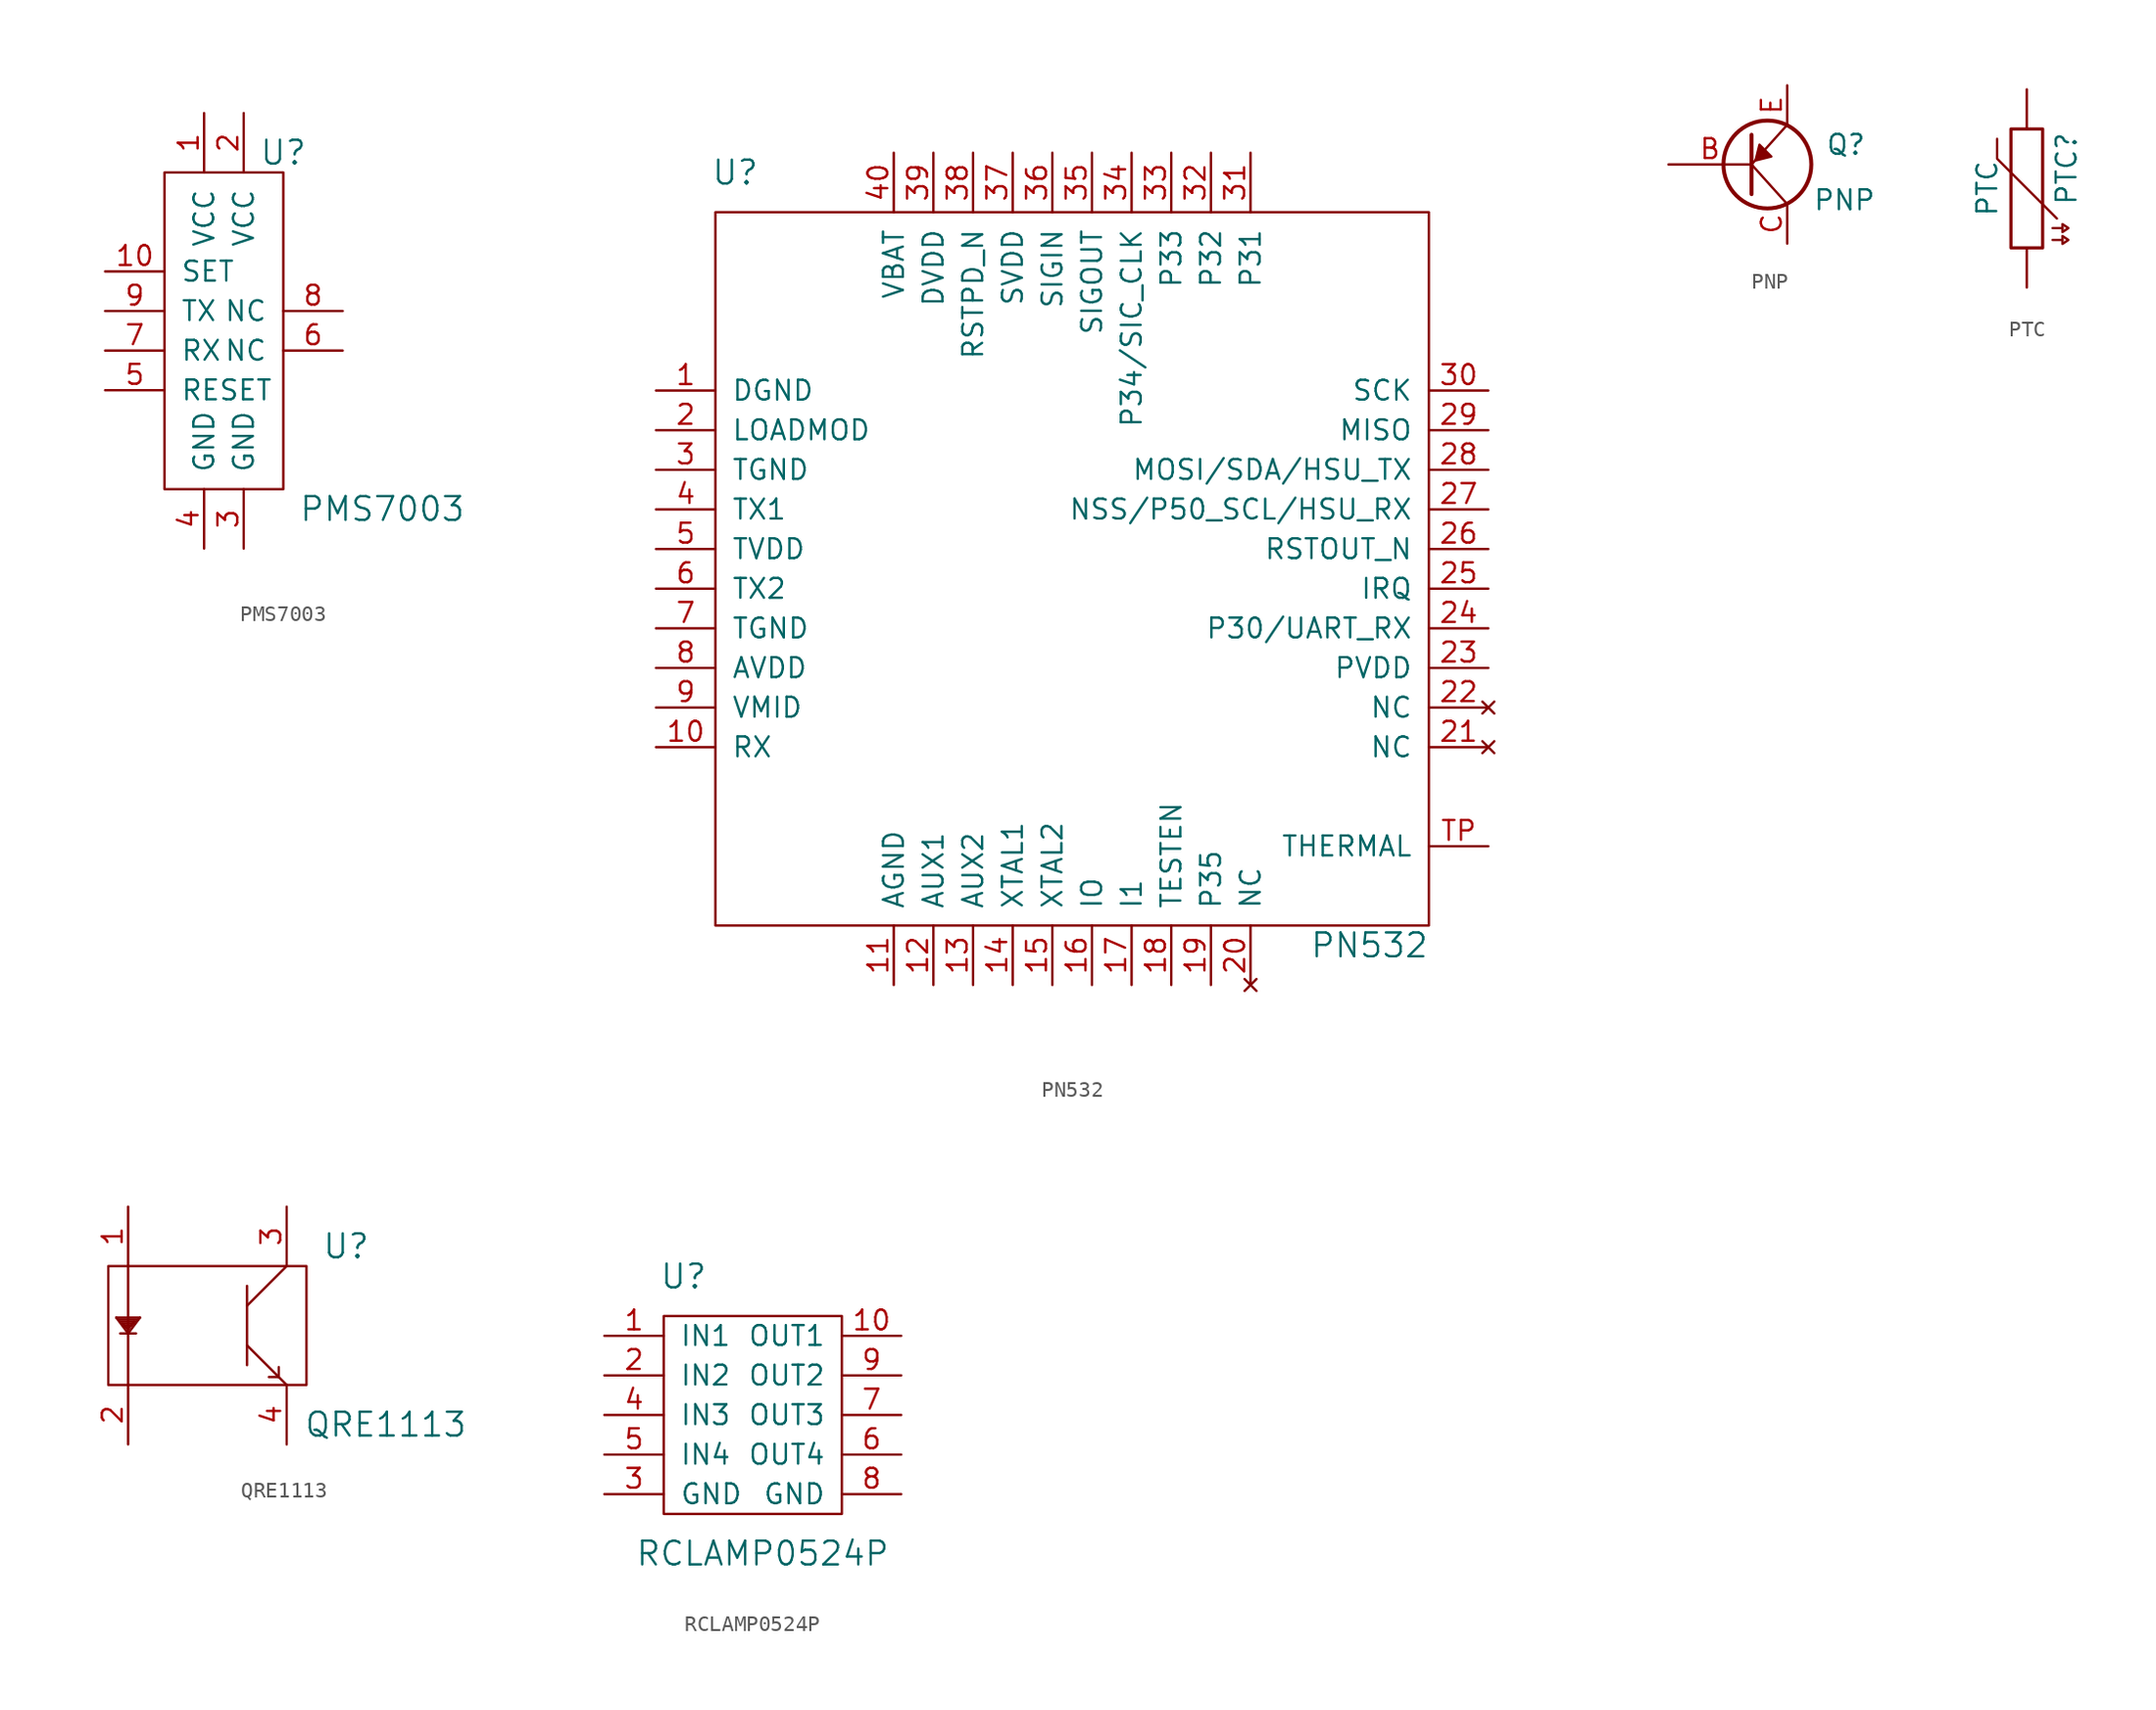
<source format=kicad_sym>
(kicad_symbol_lib
  (version 20211014)
  (generator kicad_symbol_editor)
  (symbol "PMS7003"
    (pin_names
      (offset 1.016))
    (property "Reference" "U"
      (at 3.81 11.43 0)
      (effects (font (size 1.524 1.524))))
    (property "Value" "PMS7003"
      (at 10.16 -11.43 0)
      (effects (font (size 1.524 1.524))))
    (property "Footprint" ""
      (at 0 0 0)
      (effects (font (size 1.524 1.524))))
    (property "Datasheet" ""
      (at 0 0 0)
      (effects (font (size 1.524 1.524))))
    (symbol "PMS7003_0_1"
      (rectangle (start -3.81 10.16) (end 3.81 -10.16) (stroke (width 0) (type default) (color 0 0 0 0)) (fill (type none))))
    (symbol "PMS7003_1_1"
      (pin passive line (at -1.27 13.97 270) (length 3.81) (name "VCC" (effects (font (size 1.27 1.27)))) (number "1" (effects (font (size 1.27 1.27)))))
      (pin passive line (at -7.62 3.81 0) (length 3.81) (name "SET" (effects (font (size 1.27 1.27)))) (number "10" (effects (font (size 1.27 1.27)))))
      (pin passive line (at 1.27 13.97 270) (length 3.81) (name "VCC" (effects (font (size 1.27 1.27)))) (number "2" (effects (font (size 1.27 1.27)))))
      (pin passive line (at 1.27 -13.97 90) (length 3.81) (name "GND" (effects (font (size 1.27 1.27)))) (number "3" (effects (font (size 1.27 1.27)))))
      (pin passive line (at -1.27 -13.97 90) (length 3.81) (name "GND" (effects (font (size 1.27 1.27)))) (number "4" (effects (font (size 1.27 1.27)))))
      (pin passive line (at -7.62 -3.81 0) (length 3.81) (name "RESET" (effects (font (size 1.27 1.27)))) (number "5" (effects (font (size 1.27 1.27)))))
      (pin passive line (at 7.62 -1.27 180) (length 3.81) (name "NC" (effects (font (size 1.27 1.27)))) (number "6" (effects (font (size 1.27 1.27)))))
      (pin passive line (at -7.62 -1.27 0) (length 3.81) (name "RX" (effects (font (size 1.27 1.27)))) (number "7" (effects (font (size 1.27 1.27)))))
      (pin passive line (at 7.62 1.27 180) (length 3.81) (name "NC" (effects (font (size 1.27 1.27)))) (number "8" (effects (font (size 1.27 1.27)))))
      (pin passive line (at -7.62 1.27 0) (length 3.81) (name "TX" (effects (font (size 1.27 1.27)))) (number "9" (effects (font (size 1.27 1.27)))))))
  (symbol "PN532"
    (pin_names
      (offset 1.016))
    (property "Reference" "U"
      (at -21.59 25.4 0)
      (effects (font (size 1.524 1.524))))
    (property "Value" "PN532"
      (at 19.05 -24.13 0)
      (effects (font (size 1.524 1.524))))
    (property "Footprint" ""
      (at 0 0 0)
      (effects (font (size 1.524 1.524))))
    (property "Datasheet" ""
      (at 0 0 0)
      (effects (font (size 1.524 1.524))))
    (symbol "PN532_0_1"
      (rectangle (start -22.86 22.86) (end 22.86 -22.86) (stroke (width 0) (type default) (color 0 0 0 0)) (fill (type none))))
    (symbol "PN532_1_1"
      (pin passive line (at -26.67 11.43 0) (length 3.81) (name "DGND" (effects (font (size 1.27 1.27)))) (number "1" (effects (font (size 1.27 1.27)))))
      (pin passive line (at -26.67 -11.43 0) (length 3.81) (name "RX" (effects (font (size 1.27 1.27)))) (number "10" (effects (font (size 1.27 1.27)))))
      (pin passive line (at -11.43 -26.67 90) (length 3.81) (name "AGND" (effects (font (size 1.27 1.27)))) (number "11" (effects (font (size 1.27 1.27)))))
      (pin passive line (at -8.89 -26.67 90) (length 3.81) (name "AUX1" (effects (font (size 1.27 1.27)))) (number "12" (effects (font (size 1.27 1.27)))))
      (pin passive line (at -6.35 -26.67 90) (length 3.81) (name "AUX2" (effects (font (size 1.27 1.27)))) (number "13" (effects (font (size 1.27 1.27)))))
      (pin passive line (at -3.81 -26.67 90) (length 3.81) (name "XTAL1" (effects (font (size 1.27 1.27)))) (number "14" (effects (font (size 1.27 1.27)))))
      (pin passive line (at -1.27 -26.67 90) (length 3.81) (name "XTAL2" (effects (font (size 1.27 1.27)))) (number "15" (effects (font (size 1.27 1.27)))))
      (pin passive line (at 1.27 -26.67 90) (length 3.81) (name "IO" (effects (font (size 1.27 1.27)))) (number "16" (effects (font (size 1.27 1.27)))))
      (pin passive line (at 3.81 -26.67 90) (length 3.81) (name "I1" (effects (font (size 1.27 1.27)))) (number "17" (effects (font (size 1.27 1.27)))))
      (pin passive line (at 6.35 -26.67 90) (length 3.81) (name "TESTEN" (effects (font (size 1.27 1.27)))) (number "18" (effects (font (size 1.27 1.27)))))
      (pin passive line (at 8.89 -26.67 90) (length 3.81) (name "P35" (effects (font (size 1.27 1.27)))) (number "19" (effects (font (size 1.27 1.27)))))
      (pin passive line (at -26.67 8.89 0) (length 3.81) (name "LOADMOD" (effects (font (size 1.27 1.27)))) (number "2" (effects (font (size 1.27 1.27)))))
      (pin no_connect line (at 11.43 -26.67 90) (length 3.81) (name "NC" (effects (font (size 1.27 1.27)))) (number "20" (effects (font (size 1.27 1.27)))))
      (pin no_connect line (at 26.67 -11.43 180) (length 3.81) (name "NC" (effects (font (size 1.27 1.27)))) (number "21" (effects (font (size 1.27 1.27)))))
      (pin no_connect line (at 26.67 -8.89 180) (length 3.81) (name "NC" (effects (font (size 1.27 1.27)))) (number "22" (effects (font (size 1.27 1.27)))))
      (pin passive line (at 26.67 -6.35 180) (length 3.81) (name "PVDD" (effects (font (size 1.27 1.27)))) (number "23" (effects (font (size 1.27 1.27)))))
      (pin passive line (at 26.67 -3.81 180) (length 3.81) (name "P30/UART_RX" (effects (font (size 1.27 1.27)))) (number "24" (effects (font (size 1.27 1.27)))))
      (pin passive line (at 26.67 -1.27 180) (length 3.81) (name "IRQ" (effects (font (size 1.27 1.27)))) (number "25" (effects (font (size 1.27 1.27)))))
      (pin passive line (at 26.67 1.27 180) (length 3.81) (name "RSTOUT_N" (effects (font (size 1.27 1.27)))) (number "26" (effects (font (size 1.27 1.27)))))
      (pin passive line (at 26.67 3.81 180) (length 3.81) (name "NSS/P50_SCL/HSU_RX" (effects (font (size 1.27 1.27)))) (number "27" (effects (font (size 1.27 1.27)))))
      (pin passive line (at 26.67 6.35 180) (length 3.81) (name "MOSI/SDA/HSU_TX" (effects (font (size 1.27 1.27)))) (number "28" (effects (font (size 1.27 1.27)))))
      (pin passive line (at 26.67 8.89 180) (length 3.81) (name "MISO" (effects (font (size 1.27 1.27)))) (number "29" (effects (font (size 1.27 1.27)))))
      (pin passive line (at -26.67 6.35 0) (length 3.81) (name "TGND" (effects (font (size 1.27 1.27)))) (number "3" (effects (font (size 1.27 1.27)))))
      (pin passive line (at 26.67 11.43 180) (length 3.81) (name "SCK" (effects (font (size 1.27 1.27)))) (number "30" (effects (font (size 1.27 1.27)))))
      (pin passive line (at 11.43 26.67 270) (length 3.81) (name "P31" (effects (font (size 1.27 1.27)))) (number "31" (effects (font (size 1.27 1.27)))))
      (pin passive line (at 8.89 26.67 270) (length 3.81) (name "P32" (effects (font (size 1.27 1.27)))) (number "32" (effects (font (size 1.27 1.27)))))
      (pin passive line (at 6.35 26.67 270) (length 3.81) (name "P33" (effects (font (size 1.27 1.27)))) (number "33" (effects (font (size 1.27 1.27)))))
      (pin passive line (at 3.81 26.67 270) (length 3.81) (name "P34/SIC_CLK" (effects (font (size 1.27 1.27)))) (number "34" (effects (font (size 1.27 1.27)))))
      (pin passive line (at 1.27 26.67 270) (length 3.81) (name "SIGOUT" (effects (font (size 1.27 1.27)))) (number "35" (effects (font (size 1.27 1.27)))))
      (pin passive line (at -1.27 26.67 270) (length 3.81) (name "SIGIN" (effects (font (size 1.27 1.27)))) (number "36" (effects (font (size 1.27 1.27)))))
      (pin passive line (at -3.81 26.67 270) (length 3.81) (name "SVDD" (effects (font (size 1.27 1.27)))) (number "37" (effects (font (size 1.27 1.27)))))
      (pin passive line (at -6.35 26.67 270) (length 3.81) (name "RSTPD_N" (effects (font (size 1.27 1.27)))) (number "38" (effects (font (size 1.27 1.27)))))
      (pin passive line (at -8.89 26.67 270) (length 3.81) (name "DVDD" (effects (font (size 1.27 1.27)))) (number "39" (effects (font (size 1.27 1.27)))))
      (pin passive line (at -26.67 3.81 0) (length 3.81) (name "TX1" (effects (font (size 1.27 1.27)))) (number "4" (effects (font (size 1.27 1.27)))))
      (pin passive line (at -11.43 26.67 270) (length 3.81) (name "VBAT" (effects (font (size 1.27 1.27)))) (number "40" (effects (font (size 1.27 1.27)))))
      (pin passive line (at -26.67 1.27 0) (length 3.81) (name "TVDD" (effects (font (size 1.27 1.27)))) (number "5" (effects (font (size 1.27 1.27)))))
      (pin passive line (at -26.67 -1.27 0) (length 3.81) (name "TX2" (effects (font (size 1.27 1.27)))) (number "6" (effects (font (size 1.27 1.27)))))
      (pin passive line (at -26.67 -3.81 0) (length 3.81) (name "TGND" (effects (font (size 1.27 1.27)))) (number "7" (effects (font (size 1.27 1.27)))))
      (pin passive line (at -26.67 -6.35 0) (length 3.81) (name "AVDD" (effects (font (size 1.27 1.27)))) (number "8" (effects (font (size 1.27 1.27)))))
      (pin passive line (at -26.67 -8.89 0) (length 3.81) (name "VMID" (effects (font (size 1.27 1.27)))) (number "9" (effects (font (size 1.27 1.27)))))
      (pin passive line (at 26.67 -17.78 180) (length 3.81) (name "THERMAL" (effects (font (size 1.27 1.27)))) (number "TP" (effects (font (size 1.27 1.27)))))))
  (symbol "PNP"
    (pin_names
      (offset 0) hide)
    (property "Reference" "Q"
      (at 7.62 1.27 0)
      (effects (font (size 1.27 1.27)) (justify right)))
    (property "Value" "PNP"
      (at 8.255 -2.286 0)
      (effects (font (size 1.27 1.27)) (justify right)))
    (property "Footprint" ""
      (at 5.08 2.54 0)
      (effects (font (size 1.27 1.27))))
    (property "Datasheet" ""
      (at 0 0 0)
      (effects (font (size 1.27 1.27))))
    (symbol "PNP_0_1"
      (polyline (pts (xy 0.254 0) (xy 2.54 -2.54)) (stroke (width 0) (type default) (color 0 0 0 0)) (fill (type none)))
      (polyline (pts (xy 0.254 0) (xy 2.54 2.54)) (stroke (width 0) (type default) (color 0 0 0 0)) (fill (type none)))
      (polyline (pts (xy 0.254 1.905) (xy 0.254 -1.905) (xy 0.254 -1.905)) (stroke (width 0.254) (type default) (color 0 0 0 0)) (fill (type none)))
      (polyline (pts (xy 0.508 0.254) (xy 0.762 1.27) (xy 1.524 0.508) (xy 0.508 0.254)) (stroke (width 0.152) (type default) (color 0 0 0 0)) (fill (type outline)))
      (circle (center 1.27 0) (radius 2.819) (stroke (width 0.254) (type default) (color 0 0 0 0)) (fill (type none))))
    (symbol "PNP_1_1"
      (pin input line (at -5.08 0 0) (length 5.334) (name "B" (effects (font (size 1.27 1.27)))) (number "B" (effects (font (size 1.27 1.27)))))
      (pin passive line (at 2.54 -5.08 90) (length 2.54) (name "C" (effects (font (size 1.27 1.27)))) (number "C" (effects (font (size 1.27 1.27)))))
      (pin passive line (at 2.54 5.08 270) (length 2.54) (name "E" (effects (font (size 1.27 1.27)))) (number "E" (effects (font (size 1.27 1.27)))))))
  (symbol "PTC"
    (pin_numbers hide)
    (pin_names
      (offset 0))
    (property "Reference" "PTC"
      (at 2.54 1.27 90)
      (effects (font (size 1.27 1.27))))
    (property "Value" "PTC"
      (at -2.54 0 90)
      (effects (font (size 1.27 1.27))))
    (property "Footprint" ""
      (at 0 0 0)
      (effects (font (size 1.524 1.524))))
    (property "Datasheet" ""
      (at 0 0 0)
      (effects (font (size 1.524 1.524))))
    (symbol "PTC_0_1"
      (rectangle (start -1.016 3.81) (end 1.016 -3.81) (stroke (width 0.203) (type default) (color 0 0 0 0)) (fill (type none)))
      (polyline (pts (xy 1.651 -3.302) (xy 2.286 -3.302)) (stroke (width 0) (type default) (color 0 0 0 0)) (fill (type none)))
      (polyline (pts (xy 1.651 -2.54) (xy 2.286 -2.54)) (stroke (width 0) (type default) (color 0 0 0 0)) (fill (type none)))
      (polyline (pts (xy -1.905 3.175) (xy -1.905 1.905) (xy 1.905 -1.905) (xy 1.93 -1.93)) (stroke (width 0) (type default) (color 0 0 0 0)) (fill (type none)))
      (polyline (pts (xy 2.286 -3.048) (xy 2.286 -3.556) (xy 2.667 -3.302) (xy 2.286 -3.048)) (stroke (width 0) (type default) (color 0 0 0 0)) (fill (type none)))
      (polyline (pts (xy 2.286 -2.286) (xy 2.286 -2.794) (xy 2.667 -2.54) (xy 2.286 -2.286)) (stroke (width 0) (type default) (color 0 0 0 0)) (fill (type none))))
    (symbol "PTC_1_1"
      (pin passive line (at 0 6.35 270) (length 2.54) (name "~" (effects (font (size 1.524 1.524)))) (number "1" (effects (font (size 1.524 1.524)))))
      (pin passive line (at 0 -6.35 90) (length 2.54) (name "~" (effects (font (size 1.524 1.524)))) (number "2" (effects (font (size 1.524 1.524)))))))
  (symbol "QRE1113"
    (pin_names
      (offset 1.016))
    (property "Reference" "U"
      (at 8.89 5.08 0)
      (effects (font (size 1.524 1.524))))
    (property "Value" "QRE1113"
      (at 11.43 -6.35 0)
      (effects (font (size 1.524 1.524))))
    (property "Footprint" ""
      (at 0 0 0)
      (effects (font (size 1.524 1.524))))
    (property "Datasheet" ""
      (at 0 0 0)
      (effects (font (size 1.524 1.524))))
    (symbol "QRE1113_0_1"
      (rectangle (start -6.35 3.81) (end 6.35 -3.81) (stroke (width 0) (type default) (color 0 0 0 0)) (fill (type none)))
      (polyline (pts (xy -5.842 0.508) (xy -5.08 -0.508) (xy -5.08 -0.508)) (stroke (width 0) (type default) (color 0 0 0 0)) (fill (type none)))
      (polyline (pts (xy -5.842 0.508) (xy -4.318 0.508) (xy -4.318 0.508)) (stroke (width 0) (type default) (color 0 0 0 0)) (fill (type none)))
      (polyline (pts (xy -5.715 0.381) (xy -4.445 0.381) (xy -4.445 0.381)) (stroke (width 0) (type default) (color 0 0 0 0)) (fill (type none)))
      (polyline (pts (xy -5.588 -0.508) (xy -4.572 -0.508) (xy -4.572 -0.508)) (stroke (width 0) (type default) (color 0 0 0 0)) (fill (type none)))
      (polyline (pts (xy -5.588 0.254) (xy -4.572 0.254) (xy -4.572 0.254)) (stroke (width 0) (type default) (color 0 0 0 0)) (fill (type none)))
      (polyline (pts (xy -5.461 0.127) (xy -4.699 0.127) (xy -4.699 0.127)) (stroke (width 0) (type default) (color 0 0 0 0)) (fill (type none)))
      (polyline (pts (xy -5.334 0) (xy -4.826 0) (xy -4.826 0)) (stroke (width 0) (type default) (color 0 0 0 0)) (fill (type none)))
      (polyline (pts (xy -5.08 -0.508) (xy -4.318 0.508) (xy -4.318 0.508)) (stroke (width 0) (type default) (color 0 0 0 0)) (fill (type none)))
      (polyline (pts (xy -5.08 -0.254) (xy -5.461 0.127) (xy -5.461 0.127)) (stroke (width 0) (type default) (color 0 0 0 0)) (fill (type none)))
      (polyline (pts (xy -5.08 -0.254) (xy -4.699 0.254) (xy -4.699 0.254)) (stroke (width 0) (type default) (color 0 0 0 0)) (fill (type none)))
      (polyline (pts (xy 2.54 -1.27) (xy 5.08 -3.81) (xy 5.08 -3.81)) (stroke (width 0) (type default) (color 0 0 0 0)) (fill (type none)))
      (polyline (pts (xy 2.54 1.27) (xy 5.08 3.81) (xy 5.08 3.81)) (stroke (width 0) (type default) (color 0 0 0 0)) (fill (type none)))
      (polyline (pts (xy 2.54 2.54) (xy 2.54 -2.54) (xy 2.54 -2.54)) (stroke (width 0) (type default) (color 0 0 0 0)) (fill (type none)))
      (polyline (pts (xy 4.572 -3.302) (xy 3.937 -3.302) (xy 3.937 -3.302)) (stroke (width 0) (type default) (color 0 0 0 0)) (fill (type none)))
      (polyline (pts (xy 4.572 -3.302) (xy 4.572 -2.667) (xy 4.572 -2.667)) (stroke (width 0) (type default) (color 0 0 0 0)) (fill (type none)))
      (polyline (pts (xy -5.08 3.81) (xy -5.08 -3.81) (xy -5.08 -3.81) (xy -5.08 -3.81)) (stroke (width 0) (type default) (color 0 0 0 0)) (fill (type none))))
    (symbol "QRE1113_1_1"
      (pin passive line (at -5.08 7.62 270) (length 3.81) (name "~" (effects (font (size 1.27 1.27)))) (number "1" (effects (font (size 1.27 1.27)))))
      (pin passive line (at -5.08 -7.62 90) (length 3.81) (name "~" (effects (font (size 1.27 1.27)))) (number "2" (effects (font (size 1.27 1.27)))))
      (pin passive line (at 5.08 7.62 270) (length 3.81) (name "~" (effects (font (size 1.27 1.27)))) (number "3" (effects (font (size 1.27 1.27)))))
      (pin passive line (at 5.08 -7.62 90) (length 3.81) (name "~" (effects (font (size 1.27 1.27)))) (number "4" (effects (font (size 1.27 1.27)))))))
  (symbol "RCLAMP0524P"
    (pin_names
      (offset 1.016))
    (property "Reference" "U"
      (at -5.08 8.89 0)
      (effects (font (size 1.524 1.524))))
    (property "Value" "RCLAMP0524P"
      (at 0 -8.89 0)
      (effects (font (size 1.524 1.524))))
    (property "Footprint" ""
      (at -6.35 12.7 0)
      (effects (font (size 1.524 1.524))))
    (property "Datasheet" ""
      (at -6.35 12.7 0)
      (effects (font (size 1.524 1.524))))
    (symbol "RCLAMP0524P_0_1"
      (rectangle (start -6.35 6.35) (end 5.08 -6.35) (stroke (width 0) (type default) (color 0 0 0 0)) (fill (type none))))
    (symbol "RCLAMP0524P_1_1"
      (pin input line (at -10.16 5.08 0) (length 3.81) (name "IN1" (effects (font (size 1.27 1.27)))) (number "1" (effects (font (size 1.27 1.27)))))
      (pin output line (at 8.89 5.08 180) (length 3.81) (name "OUT1" (effects (font (size 1.27 1.27)))) (number "10" (effects (font (size 1.27 1.27)))))
      (pin input line (at -10.16 2.54 0) (length 3.81) (name "IN2" (effects (font (size 1.27 1.27)))) (number "2" (effects (font (size 1.27 1.27)))))
      (pin passive line (at -10.16 -5.08 0) (length 3.81) (name "GND" (effects (font (size 1.27 1.27)))) (number "3" (effects (font (size 1.27 1.27)))))
      (pin input line (at -10.16 0 0) (length 3.81) (name "IN3" (effects (font (size 1.27 1.27)))) (number "4" (effects (font (size 1.27 1.27)))))
      (pin input line (at -10.16 -2.54 0) (length 3.81) (name "IN4" (effects (font (size 1.27 1.27)))) (number "5" (effects (font (size 1.27 1.27)))))
      (pin output line (at 8.89 -2.54 180) (length 3.81) (name "OUT4" (effects (font (size 1.27 1.27)))) (number "6" (effects (font (size 1.27 1.27)))))
      (pin output line (at 8.89 0 180) (length 3.81) (name "OUT3" (effects (font (size 1.27 1.27)))) (number "7" (effects (font (size 1.27 1.27)))))
      (pin passive line (at 8.89 -5.08 180) (length 3.81) (name "GND" (effects (font (size 1.27 1.27)))) (number "8" (effects (font (size 1.27 1.27)))))
      (pin output line (at 8.89 2.54 180) (length 3.81) (name "OUT2" (effects (font (size 1.27 1.27)))) (number "9" (effects (font (size 1.27 1.27))))))))
</source>
